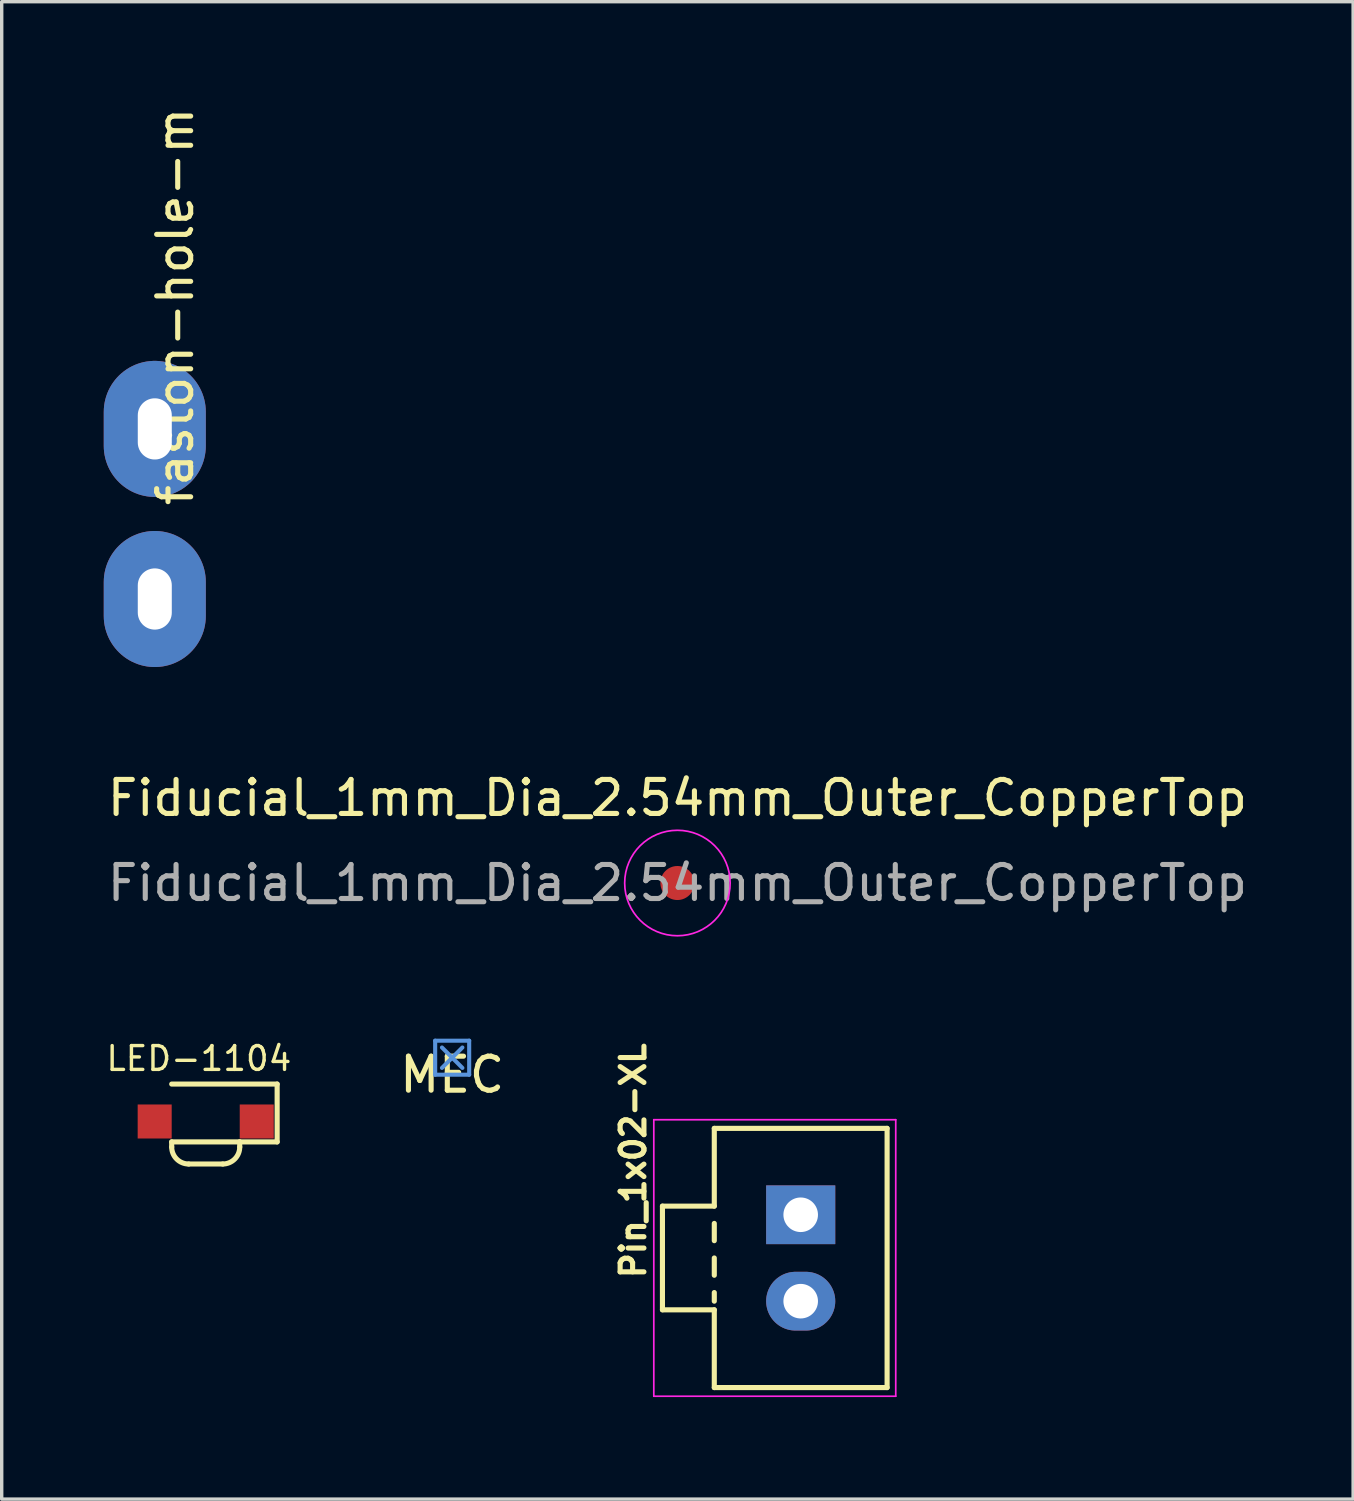
<source format=kicad_pcb>
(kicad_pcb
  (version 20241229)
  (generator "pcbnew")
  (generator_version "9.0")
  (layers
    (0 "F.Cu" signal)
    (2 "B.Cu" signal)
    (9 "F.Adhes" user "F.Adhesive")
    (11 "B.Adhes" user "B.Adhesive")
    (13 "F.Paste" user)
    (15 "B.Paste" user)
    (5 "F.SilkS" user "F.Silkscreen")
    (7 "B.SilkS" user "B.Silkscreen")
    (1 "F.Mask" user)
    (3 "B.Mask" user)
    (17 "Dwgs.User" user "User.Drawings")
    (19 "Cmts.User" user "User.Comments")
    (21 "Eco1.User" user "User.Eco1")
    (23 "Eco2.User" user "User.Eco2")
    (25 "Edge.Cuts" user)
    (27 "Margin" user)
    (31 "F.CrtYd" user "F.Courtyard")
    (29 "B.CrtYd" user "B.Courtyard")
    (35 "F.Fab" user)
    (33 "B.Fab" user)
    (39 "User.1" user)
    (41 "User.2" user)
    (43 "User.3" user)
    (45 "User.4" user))
  (footprint "LED-1104"
    (layer "F.Cu")
    (at 2.997 30.167)
    (property "Reference" "LED-1104" (at -0.2 -2.1 0) (layer "F.SilkS") (effects (font (size 0.7 0.7) (thickness 0.1))))
    (attr through_hole)
    (fp_line (start -1 -1.35) (end 2.1 -1.35) (stroke (width 0.15) (type solid)) (layer "F.SilkS"))
    (fp_line (start -1 0.35) (end 1 0.35) (stroke (width 0.15) (type solid)) (layer "F.SilkS"))
    (fp_line (start -1 0.5) (end -1 0.35) (stroke (width 0.15) (type solid)) (layer "F.SilkS"))
    (fp_line (start -0.5 1) (end 0.5 1) (stroke (width 0.15) (type solid)) (layer "F.SilkS"))
    (fp_line (start 1 0.5) (end 1 0.35) (stroke (width 0.15) (type solid)) (layer "F.SilkS"))
    (fp_line (start 2.1 -1.35) (end 2.1 0.35) (stroke (width 0.15) (type solid)) (layer "F.SilkS"))
    (fp_line (start 2.1 0.35) (end 1 0.35) (stroke (width 0.15) (type solid)) (layer "F.SilkS"))
    (fp_arc (start -0.5 1) (mid -0.853553 0.853553) (end -1 0.5) (stroke (width 0.15) (type solid)) (layer "F.SilkS"))
    (fp_arc (start 1 0.5) (mid 0.853553 0.853553) (end 0.5 1) (stroke (width 0.15) (type solid)) (layer "F.SilkS"))
    (pad "1" smd rect (at 1.5 -0.25) (size 1 1) (layers "F.Cu" "F.Mask" "F.Paste"))
    (pad "2" smd rect (at -1.5 -0.25) (size 1 1) (layers "F.Cu" "F.Mask" "F.Paste")))
  (footprint "Fiducial_1mm_Dia_2.54mm_Outer_CopperTop"
    (layer "F.Cu")
    (at 16.863 22.907)
    (property "Reference" "Fiducial_1mm_Dia_2.54mm_Outer_CopperTop" (at 0 -2.5 0) (layer "F.SilkS") (effects (font (size 1 1) (thickness 0.15))))
    (attr exclude_from_pos_files exclude_from_bom)
    (fp_circle (center 0 0) (end 1.55 0) (stroke (width 0.05) (type solid)) (fill no) (layer "F.CrtYd"))
    (fp_text user "${REFERENCE}" (at 0 0 0) (layer "F.Fab") (effects (font (size 1 1) (thickness 0.15))))
    (pad "" smd circle (at 0 0) (size 1 1) (layers "F.Cu" "F.Mask")))
  (footprint "MEC"
    (layer "F.Cu")
    (at 10.242 28.042)
    (property "Reference" "MEC" (at 0 0.5 0) (layer "F.SilkS") (effects (font (size 1 1) (thickness 0.15))))
    (attr through_hole)
    (fp_line (start -0.5 -0.5) (end -0.5 0.5) (stroke (width 0.12) (type solid)) (layer "Cmts.User"))
    (fp_line (start -0.5 0.5) (end 0.5 0.5) (stroke (width 0.12) (type solid)) (layer "Cmts.User"))
    (fp_line (start -0.3 0.3) (end 0.3 -0.3) (stroke (width 0.12) (type solid)) (layer "Cmts.User"))
    (fp_line (start 0.3 0.3) (end -0.3 -0.3) (stroke (width 0.12) (type solid)) (layer "Cmts.User"))
    (fp_line (start 0.5 -0.5) (end -0.5 -0.5) (stroke (width 0.12) (type solid)) (layer "Cmts.User"))
    (fp_line (start 0.5 0.5) (end 0.5 -0.5) (stroke (width 0.12) (type solid)) (layer "Cmts.User")))
  (footprint "Pin_1x02-XL"
    (layer "F.Cu")
    (at 20.487 32.659)
    (property "Reference" "Pin_1x02-XL" (at -4.924 -1.589 90) (unlocked yes) (layer "F.SilkS") (effects (font (size 0.7 0.7) (thickness 0.15))))
    (attr through_hole)
    (fp_line (start -4.064 -0.254) (end -4.064 2.794) (stroke (width 0.15) (type solid)) (layer "F.SilkS"))
    (fp_line (start -4.064 2.794) (end -2.54 2.794) (stroke (width 0.15) (type solid)) (layer "F.SilkS"))
    (fp_line (start -2.54 -2.54) (end -2.54 -0.254) (stroke (width 0.15) (type solid)) (layer "F.SilkS"))
    (fp_line (start -2.54 -0.254) (end -4.064 -0.254) (stroke (width 0.15) (type solid)) (layer "F.SilkS"))
    (fp_line (start -2.54 0.254) (end -2.54 0.762) (stroke (width 0.15) (type solid)) (layer "F.SilkS"))
    (fp_line (start -2.54 1.27) (end -2.54 1.778) (stroke (width 0.15) (type solid)) (layer "F.SilkS"))
    (fp_line (start -2.54 2.286) (end -2.54 2.54) (stroke (width 0.15) (type solid)) (layer "F.SilkS"))
    (fp_line (start -2.54 2.794) (end -2.54 5.08) (stroke (width 0.15) (type solid)) (layer "F.SilkS"))
    (fp_line (start -2.54 5.08) (end 2.54 5.08) (stroke (width 0.15) (type solid)) (layer "F.SilkS"))
    (fp_line (start 2.54 -2.54) (end -2.54 -2.54) (stroke (width 0.15) (type solid)) (layer "F.SilkS"))
    (fp_line (start 2.54 -2.54) (end 2.54 5.08) (stroke (width 0.15) (type solid)) (layer "F.SilkS"))
    (fp_line (start -4.318 5.334) (end -4.318 -2.794) (stroke (width 0.05) (type solid)) (layer "F.CrtYd"))
    (fp_line (start -4.318 5.334) (end 2.794 5.334) (stroke (width 0.05) (type solid)) (layer "F.CrtYd"))
    (fp_line (start 2.794 -2.794) (end -4.318 -2.794) (stroke (width 0.05) (type solid)) (layer "F.CrtYd"))
    (fp_line (start 2.794 5.334) (end 2.794 -2.794) (stroke (width 0.05) (type solid)) (layer "F.CrtYd"))
    (pad "1" thru_hole rect (at 0 0) (size 2.032 1.727) (drill 1.016) (layers "*.Cu" "*.Mask"))
    (pad "2" thru_hole oval (at 0 2.54) (size 2.032 1.727) (drill 1.016) (layers "*.Cu" "*.Mask")))
  (footprint "faston-hole-m"
    (layer "F.Cu")
    (at 1.5 12.058)
    (property "Reference" "faston-hole-m" (at 0.6 -6.1 270) (layer "F.SilkS") (effects (font (size 1 1) (thickness 0.15))))
    (attr exclude_from_pos_files exclude_from_bom)
    (pad "1" thru_hole oval (at 0 -2.5) (size 3 4) (drill oval 1 1.8) (layers "*.Cu" "*.Mask"))
    (pad "1" thru_hole oval (at 0 2.5) (size 3 4) (drill oval 1 1.8) (layers "*.Cu" "*.Mask")))
  (gr_rect
    (start -3 -3)
    (end 36.726 41.018)
    (stroke (width 0.1) (type default))
    (fill no)
    (layer "Edge.Cuts")))
</source>
